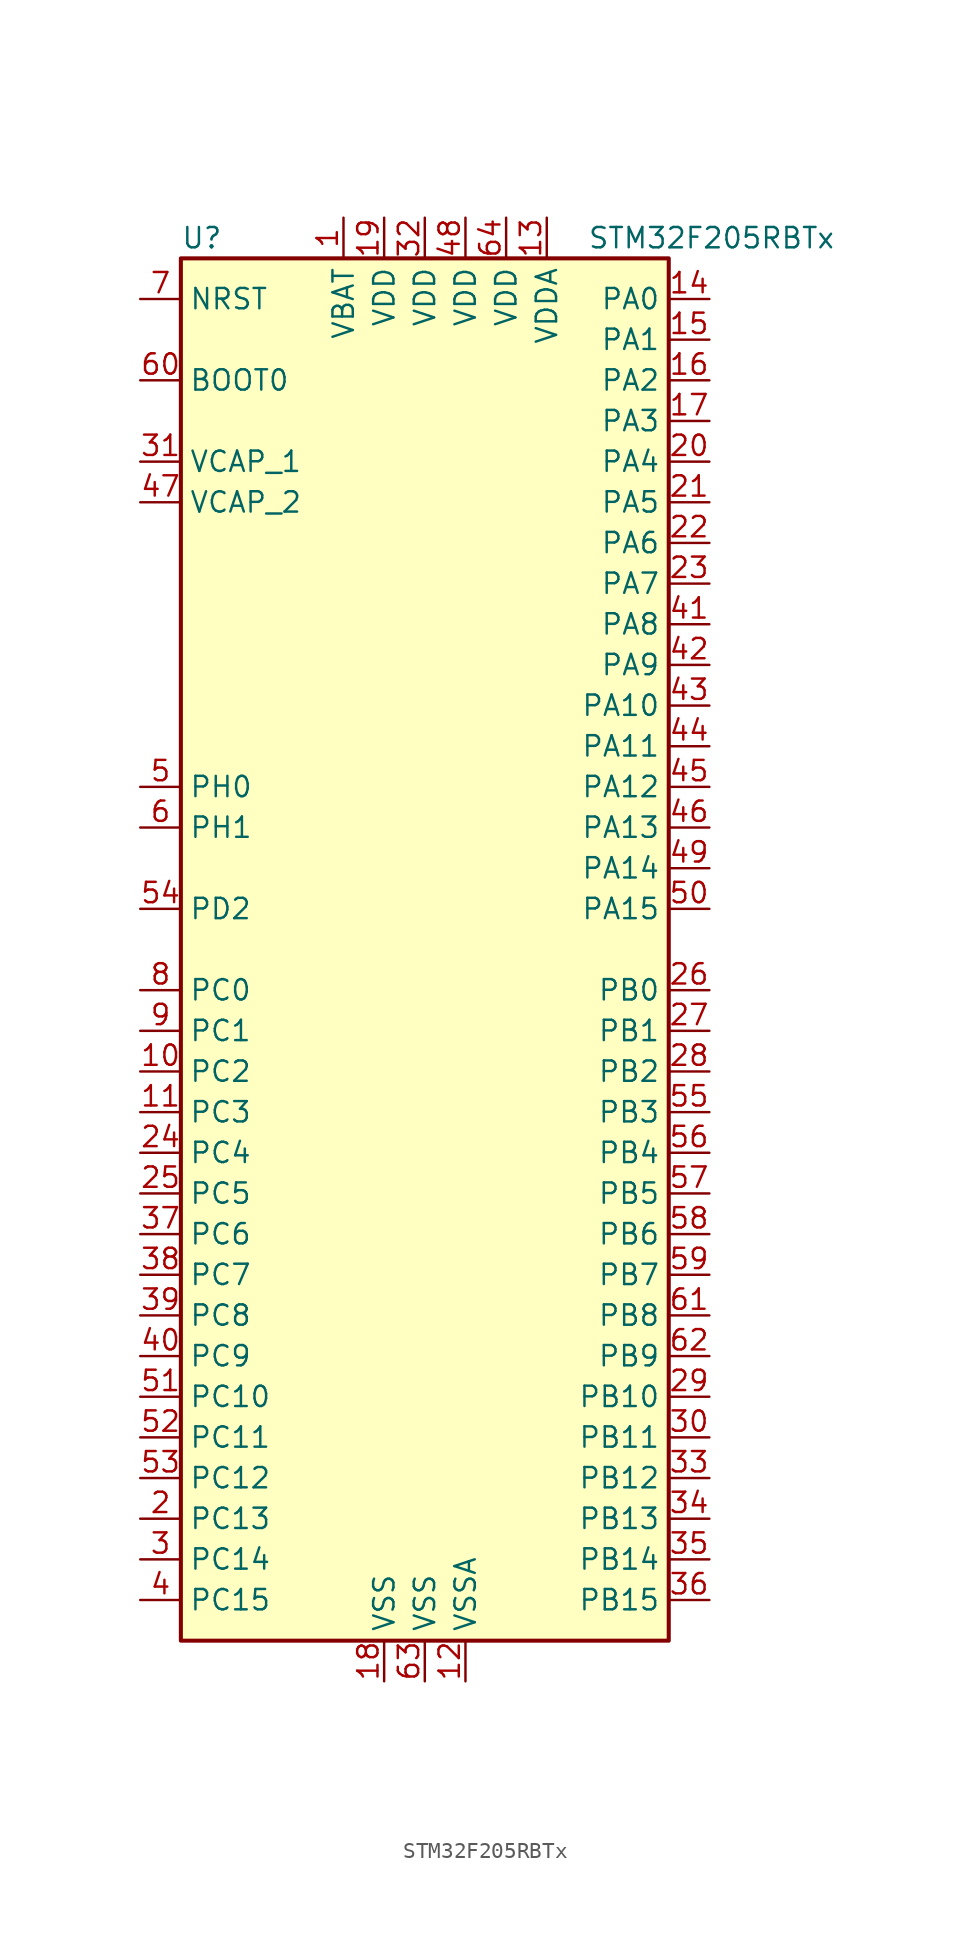
<source format=kicad_sym>
(kicad_symbol_lib
  (version 20201005)
  (generator kicad_symbol_editor)
  (symbol "STM32F205RBTx"
    (property "Reference" "U"
      (at -15.24 44.45 0)
      (effects (font (size 1.27 1.27)) (justify left)))
    (property "Value" "STM32F205RBTx"
      (at 10.16 44.45 0)
      (effects (font (size 1.27 1.27)) (justify left)))
    (symbol "STM32F205RBTx_0_1"
      (rectangle (start -15.24 -43.18) (end 15.24 43.18) (stroke (width 0.254)) (fill (type background))))
    (symbol "STM32F205RBTx_1_1"
      (pin power_in line (at -5.08 45.72 270) (length 2.54) (name "VBAT" (effects (font (size 1.27 1.27)))) (number "1" (effects (font (size 1.27 1.27)))))
      (pin bidirectional line (at -17.78 -7.62 0) (length 2.54) (name "PC2" (effects (font (size 1.27 1.27)))) (number "10" (effects (font (size 1.27 1.27)))))
      (pin bidirectional line (at -17.78 -10.16 0) (length 2.54) (name "PC3" (effects (font (size 1.27 1.27)))) (number "11" (effects (font (size 1.27 1.27)))))
      (pin power_in line (at 2.54 -45.72 90) (length 2.54) (name "VSSA" (effects (font (size 1.27 1.27)))) (number "12" (effects (font (size 1.27 1.27)))))
      (pin power_in line (at 7.62 45.72 270) (length 2.54) (name "VDDA" (effects (font (size 1.27 1.27)))) (number "13" (effects (font (size 1.27 1.27)))))
      (pin bidirectional line (at 17.78 40.64 180) (length 2.54) (name "PA0" (effects (font (size 1.27 1.27)))) (number "14" (effects (font (size 1.27 1.27)))))
      (pin bidirectional line (at 17.78 38.1 180) (length 2.54) (name "PA1" (effects (font (size 1.27 1.27)))) (number "15" (effects (font (size 1.27 1.27)))))
      (pin bidirectional line (at 17.78 35.56 180) (length 2.54) (name "PA2" (effects (font (size 1.27 1.27)))) (number "16" (effects (font (size 1.27 1.27)))))
      (pin bidirectional line (at 17.78 33.02 180) (length 2.54) (name "PA3" (effects (font (size 1.27 1.27)))) (number "17" (effects (font (size 1.27 1.27)))))
      (pin power_in line (at -2.54 -45.72 90) (length 2.54) (name "VSS" (effects (font (size 1.27 1.27)))) (number "18" (effects (font (size 1.27 1.27)))))
      (pin power_in line (at -2.54 45.72 270) (length 2.54) (name "VDD" (effects (font (size 1.27 1.27)))) (number "19" (effects (font (size 1.27 1.27)))))
      (pin bidirectional line (at -17.78 -35.56 0) (length 2.54) (name "PC13" (effects (font (size 1.27 1.27)))) (number "2" (effects (font (size 1.27 1.27)))))
      (pin bidirectional line (at 17.78 30.48 180) (length 2.54) (name "PA4" (effects (font (size 1.27 1.27)))) (number "20" (effects (font (size 1.27 1.27)))))
      (pin bidirectional line (at 17.78 27.94 180) (length 2.54) (name "PA5" (effects (font (size 1.27 1.27)))) (number "21" (effects (font (size 1.27 1.27)))))
      (pin bidirectional line (at 17.78 25.4 180) (length 2.54) (name "PA6" (effects (font (size 1.27 1.27)))) (number "22" (effects (font (size 1.27 1.27)))))
      (pin bidirectional line (at 17.78 22.86 180) (length 2.54) (name "PA7" (effects (font (size 1.27 1.27)))) (number "23" (effects (font (size 1.27 1.27)))))
      (pin bidirectional line (at -17.78 -12.7 0) (length 2.54) (name "PC4" (effects (font (size 1.27 1.27)))) (number "24" (effects (font (size 1.27 1.27)))))
      (pin bidirectional line (at -17.78 -15.24 0) (length 2.54) (name "PC5" (effects (font (size 1.27 1.27)))) (number "25" (effects (font (size 1.27 1.27)))))
      (pin bidirectional line (at 17.78 -2.54 180) (length 2.54) (name "PB0" (effects (font (size 1.27 1.27)))) (number "26" (effects (font (size 1.27 1.27)))))
      (pin bidirectional line (at 17.78 -5.08 180) (length 2.54) (name "PB1" (effects (font (size 1.27 1.27)))) (number "27" (effects (font (size 1.27 1.27)))))
      (pin bidirectional line (at 17.78 -7.62 180) (length 2.54) (name "PB2" (effects (font (size 1.27 1.27)))) (number "28" (effects (font (size 1.27 1.27)))))
      (pin bidirectional line (at 17.78 -27.94 180) (length 2.54) (name "PB10" (effects (font (size 1.27 1.27)))) (number "29" (effects (font (size 1.27 1.27)))))
      (pin bidirectional line (at -17.78 -38.1 0) (length 2.54) (name "PC14" (effects (font (size 1.27 1.27)))) (number "3" (effects (font (size 1.27 1.27)))))
      (pin bidirectional line (at 17.78 -30.48 180) (length 2.54) (name "PB11" (effects (font (size 1.27 1.27)))) (number "30" (effects (font (size 1.27 1.27)))))
      (pin power_in line (at -17.78 30.48 0) (length 2.54) (name "VCAP_1" (effects (font (size 1.27 1.27)))) (number "31" (effects (font (size 1.27 1.27)))))
      (pin power_in line (at 0 45.72 270) (length 2.54) (name "VDD" (effects (font (size 1.27 1.27)))) (number "32" (effects (font (size 1.27 1.27)))))
      (pin bidirectional line (at 17.78 -33.02 180) (length 2.54) (name "PB12" (effects (font (size 1.27 1.27)))) (number "33" (effects (font (size 1.27 1.27)))))
      (pin bidirectional line (at 17.78 -35.56 180) (length 2.54) (name "PB13" (effects (font (size 1.27 1.27)))) (number "34" (effects (font (size 1.27 1.27)))))
      (pin bidirectional line (at 17.78 -38.1 180) (length 2.54) (name "PB14" (effects (font (size 1.27 1.27)))) (number "35" (effects (font (size 1.27 1.27)))))
      (pin bidirectional line (at 17.78 -40.64 180) (length 2.54) (name "PB15" (effects (font (size 1.27 1.27)))) (number "36" (effects (font (size 1.27 1.27)))))
      (pin bidirectional line (at -17.78 -17.78 0) (length 2.54) (name "PC6" (effects (font (size 1.27 1.27)))) (number "37" (effects (font (size 1.27 1.27)))))
      (pin bidirectional line (at -17.78 -20.32 0) (length 2.54) (name "PC7" (effects (font (size 1.27 1.27)))) (number "38" (effects (font (size 1.27 1.27)))))
      (pin bidirectional line (at -17.78 -22.86 0) (length 2.54) (name "PC8" (effects (font (size 1.27 1.27)))) (number "39" (effects (font (size 1.27 1.27)))))
      (pin bidirectional line (at -17.78 -40.64 0) (length 2.54) (name "PC15" (effects (font (size 1.27 1.27)))) (number "4" (effects (font (size 1.27 1.27)))))
      (pin bidirectional line (at -17.78 -25.4 0) (length 2.54) (name "PC9" (effects (font (size 1.27 1.27)))) (number "40" (effects (font (size 1.27 1.27)))))
      (pin bidirectional line (at 17.78 20.32 180) (length 2.54) (name "PA8" (effects (font (size 1.27 1.27)))) (number "41" (effects (font (size 1.27 1.27)))))
      (pin bidirectional line (at 17.78 17.78 180) (length 2.54) (name "PA9" (effects (font (size 1.27 1.27)))) (number "42" (effects (font (size 1.27 1.27)))))
      (pin bidirectional line (at 17.78 15.24 180) (length 2.54) (name "PA10" (effects (font (size 1.27 1.27)))) (number "43" (effects (font (size 1.27 1.27)))))
      (pin bidirectional line (at 17.78 12.7 180) (length 2.54) (name "PA11" (effects (font (size 1.27 1.27)))) (number "44" (effects (font (size 1.27 1.27)))))
      (pin bidirectional line (at 17.78 10.16 180) (length 2.54) (name "PA12" (effects (font (size 1.27 1.27)))) (number "45" (effects (font (size 1.27 1.27)))))
      (pin bidirectional line (at 17.78 7.62 180) (length 2.54) (name "PA13" (effects (font (size 1.27 1.27)))) (number "46" (effects (font (size 1.27 1.27)))))
      (pin power_in line (at -17.78 27.94 0) (length 2.54) (name "VCAP_2" (effects (font (size 1.27 1.27)))) (number "47" (effects (font (size 1.27 1.27)))))
      (pin power_in line (at 2.54 45.72 270) (length 2.54) (name "VDD" (effects (font (size 1.27 1.27)))) (number "48" (effects (font (size 1.27 1.27)))))
      (pin bidirectional line (at 17.78 5.08 180) (length 2.54) (name "PA14" (effects (font (size 1.27 1.27)))) (number "49" (effects (font (size 1.27 1.27)))))
      (pin input line (at -17.78 10.16 0) (length 2.54) (name "PH0" (effects (font (size 1.27 1.27)))) (number "5" (effects (font (size 1.27 1.27)))))
      (pin bidirectional line (at 17.78 2.54 180) (length 2.54) (name "PA15" (effects (font (size 1.27 1.27)))) (number "50" (effects (font (size 1.27 1.27)))))
      (pin bidirectional line (at -17.78 -27.94 0) (length 2.54) (name "PC10" (effects (font (size 1.27 1.27)))) (number "51" (effects (font (size 1.27 1.27)))))
      (pin bidirectional line (at -17.78 -30.48 0) (length 2.54) (name "PC11" (effects (font (size 1.27 1.27)))) (number "52" (effects (font (size 1.27 1.27)))))
      (pin bidirectional line (at -17.78 -33.02 0) (length 2.54) (name "PC12" (effects (font (size 1.27 1.27)))) (number "53" (effects (font (size 1.27 1.27)))))
      (pin bidirectional line (at -17.78 2.54 0) (length 2.54) (name "PD2" (effects (font (size 1.27 1.27)))) (number "54" (effects (font (size 1.27 1.27)))))
      (pin bidirectional line (at 17.78 -10.16 180) (length 2.54) (name "PB3" (effects (font (size 1.27 1.27)))) (number "55" (effects (font (size 1.27 1.27)))))
      (pin bidirectional line (at 17.78 -12.7 180) (length 2.54) (name "PB4" (effects (font (size 1.27 1.27)))) (number "56" (effects (font (size 1.27 1.27)))))
      (pin bidirectional line (at 17.78 -15.24 180) (length 2.54) (name "PB5" (effects (font (size 1.27 1.27)))) (number "57" (effects (font (size 1.27 1.27)))))
      (pin bidirectional line (at 17.78 -17.78 180) (length 2.54) (name "PB6" (effects (font (size 1.27 1.27)))) (number "58" (effects (font (size 1.27 1.27)))))
      (pin bidirectional line (at 17.78 -20.32 180) (length 2.54) (name "PB7" (effects (font (size 1.27 1.27)))) (number "59" (effects (font (size 1.27 1.27)))))
      (pin input line (at -17.78 7.62 0) (length 2.54) (name "PH1" (effects (font (size 1.27 1.27)))) (number "6" (effects (font (size 1.27 1.27)))))
      (pin input line (at -17.78 35.56 0) (length 2.54) (name "BOOT0" (effects (font (size 1.27 1.27)))) (number "60" (effects (font (size 1.27 1.27)))))
      (pin bidirectional line (at 17.78 -22.86 180) (length 2.54) (name "PB8" (effects (font (size 1.27 1.27)))) (number "61" (effects (font (size 1.27 1.27)))))
      (pin bidirectional line (at 17.78 -25.4 180) (length 2.54) (name "PB9" (effects (font (size 1.27 1.27)))) (number "62" (effects (font (size 1.27 1.27)))))
      (pin power_in line (at 0 -45.72 90) (length 2.54) (name "VSS" (effects (font (size 1.27 1.27)))) (number "63" (effects (font (size 1.27 1.27)))))
      (pin power_in line (at 5.08 45.72 270) (length 2.54) (name "VDD" (effects (font (size 1.27 1.27)))) (number "64" (effects (font (size 1.27 1.27)))))
      (pin input line (at -17.78 40.64 0) (length 2.54) (name "NRST" (effects (font (size 1.27 1.27)))) (number "7" (effects (font (size 1.27 1.27)))))
      (pin bidirectional line (at -17.78 -2.54 0) (length 2.54) (name "PC0" (effects (font (size 1.27 1.27)))) (number "8" (effects (font (size 1.27 1.27)))))
      (pin bidirectional line (at -17.78 -5.08 0) (length 2.54) (name "PC1" (effects (font (size 1.27 1.27)))) (number "9" (effects (font (size 1.27 1.27))))))))
</source>
